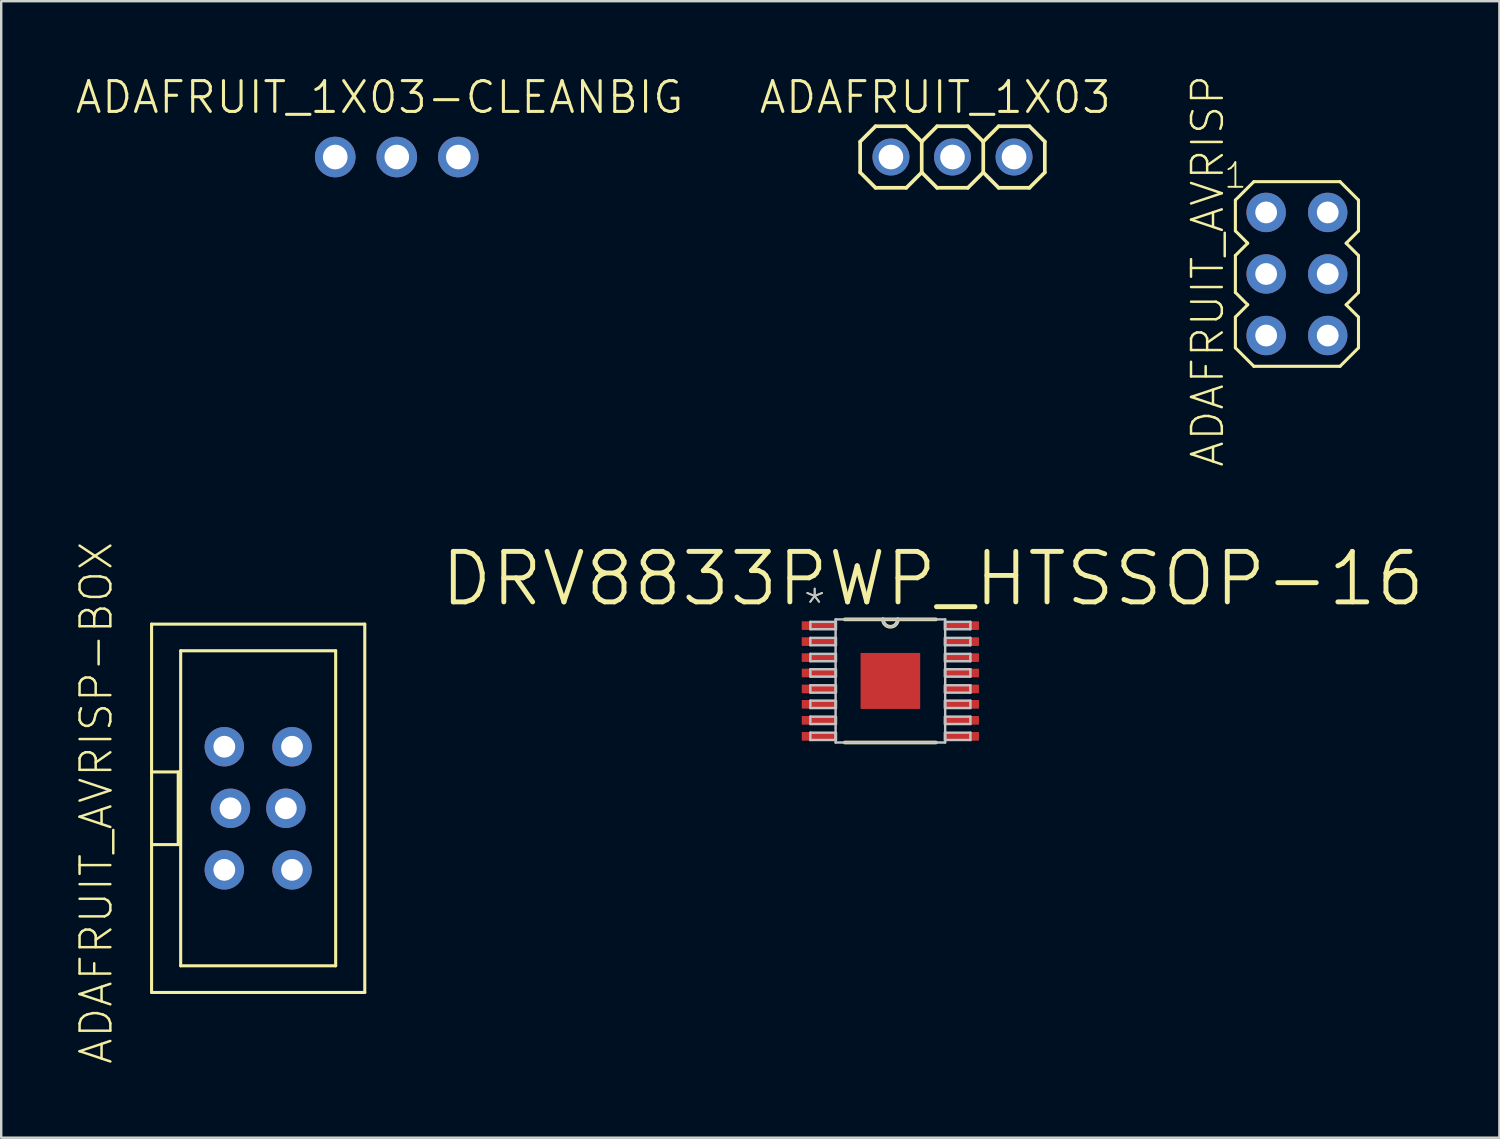
<source format=kicad_pcb>
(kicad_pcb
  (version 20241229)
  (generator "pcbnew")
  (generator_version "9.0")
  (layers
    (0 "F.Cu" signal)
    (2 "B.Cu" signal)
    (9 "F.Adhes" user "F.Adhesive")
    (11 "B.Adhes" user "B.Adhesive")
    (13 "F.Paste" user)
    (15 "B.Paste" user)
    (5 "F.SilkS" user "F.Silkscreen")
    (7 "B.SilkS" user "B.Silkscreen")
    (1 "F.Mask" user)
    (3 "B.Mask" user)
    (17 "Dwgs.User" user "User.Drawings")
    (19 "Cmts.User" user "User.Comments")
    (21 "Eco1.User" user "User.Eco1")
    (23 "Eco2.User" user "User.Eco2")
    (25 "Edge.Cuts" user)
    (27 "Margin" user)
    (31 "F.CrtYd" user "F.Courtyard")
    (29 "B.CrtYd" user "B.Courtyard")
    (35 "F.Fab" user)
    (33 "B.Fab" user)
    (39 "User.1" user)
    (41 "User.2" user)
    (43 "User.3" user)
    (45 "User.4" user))
  (footprint "ADAFRUIT_1X03"
    (layer "F.Cu")
    (at 36.256 3.43)
    (property "Reference" "ADAFRUIT_1X03" (at -0.711 -2.464 0) (layer "F.SilkS") (effects (font (size 1.27 1.27) (thickness 0.127))))
    (attr exclude_from_pos_files exclude_from_bom)
    (fp_line (start -3.81 -0.635) (end -3.81 0.635) (stroke (width 0.152) (type solid)) (layer "F.SilkS"))
    (fp_line (start -3.81 0.635) (end -3.175 1.27) (stroke (width 0.152) (type solid)) (layer "F.SilkS"))
    (fp_line (start -3.175 -1.27) (end -3.81 -0.635) (stroke (width 0.152) (type solid)) (layer "F.SilkS"))
    (fp_line (start -3.175 -1.27) (end -1.905 -1.27) (stroke (width 0.152) (type solid)) (layer "F.SilkS"))
    (fp_line (start -1.905 -1.27) (end -1.27 -0.635) (stroke (width 0.152) (type solid)) (layer "F.SilkS"))
    (fp_line (start -1.905 1.27) (end -3.175 1.27) (stroke (width 0.152) (type solid)) (layer "F.SilkS"))
    (fp_line (start -1.27 -0.635) (end -1.27 0.635) (stroke (width 0.152) (type solid)) (layer "F.SilkS"))
    (fp_line (start -1.27 -0.635) (end -0.635 -1.27) (stroke (width 0.152) (type solid)) (layer "F.SilkS"))
    (fp_line (start -1.27 0.635) (end -1.905 1.27) (stroke (width 0.152) (type solid)) (layer "F.SilkS"))
    (fp_line (start -0.635 -1.27) (end 0.635 -1.27) (stroke (width 0.152) (type solid)) (layer "F.SilkS"))
    (fp_line (start -0.635 1.27) (end -1.27 0.635) (stroke (width 0.152) (type solid)) (layer "F.SilkS"))
    (fp_line (start 0.635 -1.27) (end 1.27 -0.635) (stroke (width 0.152) (type solid)) (layer "F.SilkS"))
    (fp_line (start 0.635 1.27) (end -0.635 1.27) (stroke (width 0.152) (type solid)) (layer "F.SilkS"))
    (fp_line (start 1.27 -0.635) (end 1.27 0.635) (stroke (width 0.152) (type solid)) (layer "F.SilkS"))
    (fp_line (start 1.27 -0.635) (end 1.905 -1.27) (stroke (width 0.152) (type solid)) (layer "F.SilkS"))
    (fp_line (start 1.27 0.635) (end 0.635 1.27) (stroke (width 0.152) (type solid)) (layer "F.SilkS"))
    (fp_line (start 1.905 -1.27) (end 3.175 -1.27) (stroke (width 0.152) (type solid)) (layer "F.SilkS"))
    (fp_line (start 1.905 1.27) (end 1.27 0.635) (stroke (width 0.152) (type solid)) (layer "F.SilkS"))
    (fp_line (start 3.175 -1.27) (end 3.81 -0.635) (stroke (width 0.152) (type solid)) (layer "F.SilkS"))
    (fp_line (start 3.175 1.27) (end 1.905 1.27) (stroke (width 0.152) (type solid)) (layer "F.SilkS"))
    (fp_line (start 3.81 -0.635) (end 3.81 0.635) (stroke (width 0.152) (type solid)) (layer "F.SilkS"))
    (fp_line (start 3.81 0.635) (end 3.175 1.27) (stroke (width 0.152) (type solid)) (layer "F.SilkS"))
    (fp_line (start -2.794 -0.254) (end -2.286 -0.254) (stroke (width 0.066) (type solid)) (layer "Dwgs.User"))
    (fp_line (start -2.794 0.254) (end -2.794 -0.254) (stroke (width 0.066) (type solid)) (layer "Dwgs.User"))
    (fp_line (start -2.794 0.254) (end -2.286 0.254) (stroke (width 0.066) (type solid)) (layer "Dwgs.User"))
    (fp_line (start -2.286 0.254) (end -2.286 -0.254) (stroke (width 0.066) (type solid)) (layer "Dwgs.User"))
    (fp_line (start -0.254 -0.254) (end 0.254 -0.254) (stroke (width 0.066) (type solid)) (layer "Dwgs.User"))
    (fp_line (start -0.254 0.254) (end -0.254 -0.254) (stroke (width 0.066) (type solid)) (layer "Dwgs.User"))
    (fp_line (start -0.254 0.254) (end 0.254 0.254) (stroke (width 0.066) (type solid)) (layer "Dwgs.User"))
    (fp_line (start 0.254 0.254) (end 0.254 -0.254) (stroke (width 0.066) (type solid)) (layer "Dwgs.User"))
    (fp_line (start 2.286 -0.254) (end 2.794 -0.254) (stroke (width 0.066) (type solid)) (layer "Dwgs.User"))
    (fp_line (start 2.286 0.254) (end 2.286 -0.254) (stroke (width 0.066) (type solid)) (layer "Dwgs.User"))
    (fp_line (start 2.286 0.254) (end 2.794 0.254) (stroke (width 0.066) (type solid)) (layer "Dwgs.User"))
    (fp_line (start 2.794 0.254) (end 2.794 -0.254) (stroke (width 0.066) (type solid)) (layer "Dwgs.User"))
    (pad "1" thru_hole circle (at -2.54 0) (size 1.524 1.524) (drill 1.016) (layers "*.Cu" "*.Paste" "*.Mask"))
    (pad "2" thru_hole circle (at 0 0) (size 1.524 1.524) (drill 1.016) (layers "*.Cu" "*.Paste" "*.Mask"))
    (pad "3" thru_hole circle (at 2.54 0) (size 1.524 1.524) (drill 1.016) (layers "*.Cu" "*.Paste" "*.Mask")))
  (footprint "ADAFRUIT_AVRISP-BOX"
    (layer "F.Cu")
    (at 7.604 30.305)
    (property "Reference" "ADAFRUIT_AVRISP-BOX" (at -6.683 -0.226 90) (layer "F.SilkS") (effects (font (size 1.27 1.27) (thickness 0.102))))
    (attr exclude_from_pos_files exclude_from_bom)
    (fp_line (start -4.399 -7.6) (end 4.399 -7.6) (stroke (width 0.127) (type solid)) (layer "F.SilkS"))
    (fp_line (start -4.399 -1.499) (end -4.399 -7.6) (stroke (width 0.127) (type solid)) (layer "F.SilkS"))
    (fp_line (start -4.399 -1.499) (end -3.299 -1.499) (stroke (width 0.127) (type solid)) (layer "F.SilkS"))
    (fp_line (start -4.399 1.499) (end -4.399 -1.499) (stroke (width 0.127) (type solid)) (layer "F.SilkS"))
    (fp_line (start -4.399 7.6) (end -4.399 1.499) (stroke (width 0.127) (type solid)) (layer "F.SilkS"))
    (fp_line (start -3.299 -1.499) (end -3.299 1.499) (stroke (width 0.127) (type solid)) (layer "F.SilkS"))
    (fp_line (start -3.299 1.499) (end -4.399 1.499) (stroke (width 0.127) (type solid)) (layer "F.SilkS"))
    (fp_line (start -3.198 -6.5) (end 3.198 -6.5) (stroke (width 0.127) (type solid)) (layer "F.SilkS"))
    (fp_line (start -3.198 6.5) (end -3.198 -6.5) (stroke (width 0.127) (type solid)) (layer "F.SilkS"))
    (fp_line (start 3.198 -6.5) (end 3.198 6.5) (stroke (width 0.127) (type solid)) (layer "F.SilkS"))
    (fp_line (start 3.198 6.5) (end -3.198 6.5) (stroke (width 0.127) (type solid)) (layer "F.SilkS"))
    (fp_line (start 4.399 -7.6) (end 4.399 7.6) (stroke (width 0.127) (type solid)) (layer "F.SilkS"))
    (fp_line (start 4.399 7.6) (end -4.399 7.6) (stroke (width 0.127) (type solid)) (layer "F.SilkS"))
    (pad "1" thru_hole circle (at -1.397 -2.54) (size 1.626 1.626) (drill 0.899) (layers "*.Cu" "*.Paste" "*.Mask"))
    (pad "2" thru_hole circle (at 1.397 -2.54) (size 1.626 1.626) (drill 0.899) (layers "*.Cu" "*.Paste" "*.Mask"))
    (pad "3" thru_hole circle (at -1.143 0) (size 1.626 1.626) (drill 0.899) (layers "*.Cu" "*.Paste" "*.Mask"))
    (pad "4" thru_hole circle (at 1.143 0) (size 1.626 1.626) (drill 0.899) (layers "*.Cu" "*.Paste" "*.Mask"))
    (pad "5" thru_hole circle (at -1.397 2.54) (size 1.626 1.626) (drill 0.899) (layers "*.Cu" "*.Paste" "*.Mask"))
    (pad "6" thru_hole circle (at 1.397 2.54) (size 1.626 1.626) (drill 0.899) (layers "*.Cu" "*.Paste" "*.Mask")))
  (footprint "ADAFRUIT_AVRISP"
    (layer "F.Cu")
    (at 50.47 8.256)
    (property "Reference" "ADAFRUIT_AVRISP" (at -3.683 -0.127 90) (layer "F.SilkS") (effects (font (size 1.27 1.27) (thickness 0.102))))
    (attr exclude_from_pos_files exclude_from_bom)
    (fp_line (start -2.54 -3.048) (end -1.778 -3.81) (stroke (width 0.127) (type solid)) (layer "F.SilkS"))
    (fp_line (start -2.54 -1.778) (end -2.54 -3.048) (stroke (width 0.127) (type solid)) (layer "F.SilkS"))
    (fp_line (start -2.54 -0.762) (end -2.032 -1.27) (stroke (width 0.127) (type solid)) (layer "F.SilkS"))
    (fp_line (start -2.54 0.762) (end -2.54 -0.762) (stroke (width 0.127) (type solid)) (layer "F.SilkS"))
    (fp_line (start -2.54 1.778) (end -2.032 1.27) (stroke (width 0.127) (type solid)) (layer "F.SilkS"))
    (fp_line (start -2.54 3.048) (end -2.54 1.778) (stroke (width 0.127) (type solid)) (layer "F.SilkS"))
    (fp_line (start -2.032 -1.27) (end -2.54 -1.778) (stroke (width 0.127) (type solid)) (layer "F.SilkS"))
    (fp_line (start -2.032 1.27) (end -2.54 0.762) (stroke (width 0.127) (type solid)) (layer "F.SilkS"))
    (fp_line (start -1.778 -3.81) (end 1.778 -3.81) (stroke (width 0.127) (type solid)) (layer "F.SilkS"))
    (fp_line (start -1.778 3.81) (end -2.54 3.048) (stroke (width 0.127) (type solid)) (layer "F.SilkS"))
    (fp_line (start 1.778 -3.81) (end 2.54 -3.048) (stroke (width 0.127) (type solid)) (layer "F.SilkS"))
    (fp_line (start 1.778 3.81) (end -1.778 3.81) (stroke (width 0.127) (type solid)) (layer "F.SilkS"))
    (fp_line (start 2.032 -1.27) (end 2.54 -0.762) (stroke (width 0.127) (type solid)) (layer "F.SilkS"))
    (fp_line (start 2.032 1.27) (end 2.54 1.778) (stroke (width 0.127) (type solid)) (layer "F.SilkS"))
    (fp_line (start 2.54 -3.048) (end 2.54 -1.778) (stroke (width 0.127) (type solid)) (layer "F.SilkS"))
    (fp_line (start 2.54 -1.778) (end 2.032 -1.27) (stroke (width 0.127) (type solid)) (layer "F.SilkS"))
    (fp_line (start 2.54 -0.762) (end 2.54 0.762) (stroke (width 0.127) (type solid)) (layer "F.SilkS"))
    (fp_line (start 2.54 0.762) (end 2.032 1.27) (stroke (width 0.127) (type solid)) (layer "F.SilkS"))
    (fp_line (start 2.54 1.778) (end 2.54 3.048) (stroke (width 0.127) (type solid)) (layer "F.SilkS"))
    (fp_line (start 2.54 3.048) (end 1.778 3.81) (stroke (width 0.127) (type solid)) (layer "F.SilkS"))
    (fp_text user "1" (at -2.54 -4.064 0) (layer "F.SilkS") (effects (font (size 1.016 1.016) (thickness 0.076))))
    (pad "1" thru_hole circle (at -1.27 -2.54) (size 1.626 1.626) (drill 0.899) (layers "*.Cu" "*.Paste" "*.Mask"))
    (pad "2" thru_hole circle (at 1.27 -2.54) (size 1.626 1.626) (drill 0.899) (layers "*.Cu" "*.Paste" "*.Mask"))
    (pad "3" thru_hole circle (at -1.27 0) (size 1.626 1.626) (drill 0.899) (layers "*.Cu" "*.Paste" "*.Mask"))
    (pad "4" thru_hole circle (at 1.27 0) (size 1.626 1.626) (drill 0.899) (layers "*.Cu" "*.Paste" "*.Mask"))
    (pad "5" thru_hole circle (at -1.27 2.54) (size 1.626 1.626) (drill 0.899) (layers "*.Cu" "*.Paste" "*.Mask"))
    (pad "6" thru_hole circle (at 1.27 2.54) (size 1.626 1.626) (drill 0.899) (layers "*.Cu" "*.Paste" "*.Mask")))
  (footprint "DRV8833PWP_HTSSOP-16"
    (layer "F.Cu")
    (at 33.693 25.05)
    (property "Reference" "DRV8833PWP_HTSSOP-16" (at 1.753 -4.216 0) (layer "F.SilkS") (effects (font (size 2.083 2.083) (thickness 0.203))))
    (attr smd)
    (fp_line (start -1.88 2.54) (end 1.88 2.54) (stroke (width 0.152) (type solid)) (layer "F.SilkS"))
    (fp_line (start -0.305 -2.54) (end -1.88 -2.54) (stroke (width 0.152) (type solid)) (layer "F.SilkS"))
    (fp_line (start 0.305 -2.54) (end -0.305 -2.54) (stroke (width 0.152) (type solid)) (layer "F.SilkS"))
    (fp_line (start 1.88 -2.54) (end 0.305 -2.54) (stroke (width 0.152) (type solid)) (layer "F.SilkS"))
    (fp_arc (start 0.3048 -2.54) (mid 0 -2.2352) (end -0.3048 -2.54) (stroke (width 0.1524) (type solid)) (layer "F.SilkS"))
    (fp_line (start -3.302 -2.438) (end -3.302 -2.134) (stroke (width 0.1) (type solid)) (layer "Dwgs.User"))
    (fp_line (start -3.302 -2.134) (end -2.261 -2.134) (stroke (width 0.1) (type solid)) (layer "Dwgs.User"))
    (fp_line (start -3.302 -1.778) (end -3.302 -1.473) (stroke (width 0.1) (type solid)) (layer "Dwgs.User"))
    (fp_line (start -3.302 -1.473) (end -2.261 -1.473) (stroke (width 0.1) (type solid)) (layer "Dwgs.User"))
    (fp_line (start -3.302 -1.118) (end -3.302 -0.813) (stroke (width 0.1) (type solid)) (layer "Dwgs.User"))
    (fp_line (start -3.302 -0.813) (end -2.261 -0.813) (stroke (width 0.1) (type solid)) (layer "Dwgs.User"))
    (fp_line (start -3.302 -0.483) (end -3.302 -0.178) (stroke (width 0.1) (type solid)) (layer "Dwgs.User"))
    (fp_line (start -3.302 -0.178) (end -2.261 -0.178) (stroke (width 0.1) (type solid)) (layer "Dwgs.User"))
    (fp_line (start -3.302 0.178) (end -3.302 0.483) (stroke (width 0.1) (type solid)) (layer "Dwgs.User"))
    (fp_line (start -3.302 0.483) (end -2.261 0.483) (stroke (width 0.1) (type solid)) (layer "Dwgs.User"))
    (fp_line (start -3.302 0.813) (end -3.302 1.118) (stroke (width 0.1) (type solid)) (layer "Dwgs.User"))
    (fp_line (start -3.302 1.118) (end -2.261 1.118) (stroke (width 0.1) (type solid)) (layer "Dwgs.User"))
    (fp_line (start -3.302 1.473) (end -3.302 1.778) (stroke (width 0.1) (type solid)) (layer "Dwgs.User"))
    (fp_line (start -3.302 1.778) (end -2.261 1.778) (stroke (width 0.1) (type solid)) (layer "Dwgs.User"))
    (fp_line (start -3.302 2.134) (end -3.302 2.438) (stroke (width 0.1) (type solid)) (layer "Dwgs.User"))
    (fp_line (start -3.302 2.438) (end -2.261 2.438) (stroke (width 0.1) (type solid)) (layer "Dwgs.User"))
    (fp_line (start -2.261 -2.54) (end -2.261 2.54) (stroke (width 0.1) (type solid)) (layer "Dwgs.User"))
    (fp_line (start -2.261 -2.438) (end -3.302 -2.438) (stroke (width 0.1) (type solid)) (layer "Dwgs.User"))
    (fp_line (start -2.261 -2.134) (end -2.261 -2.438) (stroke (width 0.1) (type solid)) (layer "Dwgs.User"))
    (fp_line (start -2.261 -1.778) (end -3.302 -1.778) (stroke (width 0.1) (type solid)) (layer "Dwgs.User"))
    (fp_line (start -2.261 -1.473) (end -2.261 -1.778) (stroke (width 0.1) (type solid)) (layer "Dwgs.User"))
    (fp_line (start -2.261 -1.118) (end -3.302 -1.118) (stroke (width 0.1) (type solid)) (layer "Dwgs.User"))
    (fp_line (start -2.261 -0.813) (end -2.261 -1.118) (stroke (width 0.1) (type solid)) (layer "Dwgs.User"))
    (fp_line (start -2.261 -0.483) (end -3.302 -0.483) (stroke (width 0.1) (type solid)) (layer "Dwgs.User"))
    (fp_line (start -2.261 -0.178) (end -2.261 -0.483) (stroke (width 0.1) (type solid)) (layer "Dwgs.User"))
    (fp_line (start -2.261 0.178) (end -3.302 0.178) (stroke (width 0.1) (type solid)) (layer "Dwgs.User"))
    (fp_line (start -2.261 0.483) (end -2.261 0.178) (stroke (width 0.1) (type solid)) (layer "Dwgs.User"))
    (fp_line (start -2.261 0.813) (end -3.302 0.813) (stroke (width 0.1) (type solid)) (layer "Dwgs.User"))
    (fp_line (start -2.261 1.118) (end -2.261 0.813) (stroke (width 0.1) (type solid)) (layer "Dwgs.User"))
    (fp_line (start -2.261 1.473) (end -3.302 1.473) (stroke (width 0.1) (type solid)) (layer "Dwgs.User"))
    (fp_line (start -2.261 1.778) (end -2.261 1.473) (stroke (width 0.1) (type solid)) (layer "Dwgs.User"))
    (fp_line (start -2.261 2.134) (end -3.302 2.134) (stroke (width 0.1) (type solid)) (layer "Dwgs.User"))
    (fp_line (start -2.261 2.438) (end -2.261 2.134) (stroke (width 0.1) (type solid)) (layer "Dwgs.User"))
    (fp_line (start -2.261 2.54) (end 2.261 2.54) (stroke (width 0.1) (type solid)) (layer "Dwgs.User"))
    (fp_line (start -0.305 -2.54) (end -2.261 -2.54) (stroke (width 0.1) (type solid)) (layer "Dwgs.User"))
    (fp_line (start 0.305 -2.54) (end -0.305 -2.54) (stroke (width 0.1) (type solid)) (layer "Dwgs.User"))
    (fp_line (start 2.261 -2.54) (end 0.305 -2.54) (stroke (width 0.1) (type solid)) (layer "Dwgs.User"))
    (fp_line (start 2.261 -2.438) (end 2.261 -2.134) (stroke (width 0.1) (type solid)) (layer "Dwgs.User"))
    (fp_line (start 2.261 -2.134) (end 3.302 -2.134) (stroke (width 0.1) (type solid)) (layer "Dwgs.User"))
    (fp_line (start 2.261 -1.778) (end 2.261 -1.473) (stroke (width 0.1) (type solid)) (layer "Dwgs.User"))
    (fp_line (start 2.261 -1.473) (end 3.302 -1.473) (stroke (width 0.1) (type solid)) (layer "Dwgs.User"))
    (fp_line (start 2.261 -1.118) (end 2.261 -0.813) (stroke (width 0.1) (type solid)) (layer "Dwgs.User"))
    (fp_line (start 2.261 -0.813) (end 3.302 -0.813) (stroke (width 0.1) (type solid)) (layer "Dwgs.User"))
    (fp_line (start 2.261 -0.483) (end 2.261 -0.178) (stroke (width 0.1) (type solid)) (layer "Dwgs.User"))
    (fp_line (start 2.261 -0.178) (end 3.302 -0.178) (stroke (width 0.1) (type solid)) (layer "Dwgs.User"))
    (fp_line (start 2.261 0.178) (end 2.261 0.483) (stroke (width 0.1) (type solid)) (layer "Dwgs.User"))
    (fp_line (start 2.261 0.483) (end 3.302 0.483) (stroke (width 0.1) (type solid)) (layer "Dwgs.User"))
    (fp_line (start 2.261 0.813) (end 2.261 1.118) (stroke (width 0.1) (type solid)) (layer "Dwgs.User"))
    (fp_line (start 2.261 1.118) (end 3.302 1.118) (stroke (width 0.1) (type solid)) (layer "Dwgs.User"))
    (fp_line (start 2.261 1.473) (end 2.261 1.778) (stroke (width 0.1) (type solid)) (layer "Dwgs.User"))
    (fp_line (start 2.261 1.778) (end 3.302 1.778) (stroke (width 0.1) (type solid)) (layer "Dwgs.User"))
    (fp_line (start 2.261 2.134) (end 2.261 2.438) (stroke (width 0.1) (type solid)) (layer "Dwgs.User"))
    (fp_line (start 2.261 2.438) (end 3.302 2.438) (stroke (width 0.1) (type solid)) (layer "Dwgs.User"))
    (fp_line (start 2.261 2.54) (end 2.261 -2.54) (stroke (width 0.1) (type solid)) (layer "Dwgs.User"))
    (fp_line (start 3.302 -2.438) (end 2.261 -2.438) (stroke (width 0.1) (type solid)) (layer "Dwgs.User"))
    (fp_line (start 3.302 -2.134) (end 3.302 -2.438) (stroke (width 0.1) (type solid)) (layer "Dwgs.User"))
    (fp_line (start 3.302 -1.778) (end 2.261 -1.778) (stroke (width 0.1) (type solid)) (layer "Dwgs.User"))
    (fp_line (start 3.302 -1.473) (end 3.302 -1.778) (stroke (width 0.1) (type solid)) (layer "Dwgs.User"))
    (fp_line (start 3.302 -1.118) (end 2.261 -1.118) (stroke (width 0.1) (type solid)) (layer "Dwgs.User"))
    (fp_line (start 3.302 -0.813) (end 3.302 -1.118) (stroke (width 0.1) (type solid)) (layer "Dwgs.User"))
    (fp_line (start 3.302 -0.483) (end 2.261 -0.483) (stroke (width 0.1) (type solid)) (layer "Dwgs.User"))
    (fp_line (start 3.302 -0.178) (end 3.302 -0.483) (stroke (width 0.1) (type solid)) (layer "Dwgs.User"))
    (fp_line (start 3.302 0.178) (end 2.261 0.178) (stroke (width 0.1) (type solid)) (layer "Dwgs.User"))
    (fp_line (start 3.302 0.483) (end 3.302 0.178) (stroke (width 0.1) (type solid)) (layer "Dwgs.User"))
    (fp_line (start 3.302 0.813) (end 2.261 0.813) (stroke (width 0.1) (type solid)) (layer "Dwgs.User"))
    (fp_line (start 3.302 1.118) (end 3.302 0.813) (stroke (width 0.1) (type solid)) (layer "Dwgs.User"))
    (fp_line (start 3.302 1.473) (end 2.261 1.473) (stroke (width 0.1) (type solid)) (layer "Dwgs.User"))
    (fp_line (start 3.302 1.778) (end 3.302 1.473) (stroke (width 0.1) (type solid)) (layer "Dwgs.User"))
    (fp_line (start 3.302 2.134) (end 2.261 2.134) (stroke (width 0.1) (type solid)) (layer "Dwgs.User"))
    (fp_line (start 3.302 2.438) (end 3.302 2.134) (stroke (width 0.1) (type solid)) (layer "Dwgs.User"))
    (fp_arc (start 0.3048 -2.54) (mid 0 -2.2352) (end -0.3048 -2.54) (stroke (width 0.1) (type solid)) (layer "Dwgs.User"))
    (fp_text user "*" (at -3.124 -3.124 0) (layer "F.SilkS") (effects (font (size 1.27 1.27) (thickness 0.076))))
    (fp_text user "*" (at -3.124 -3.124 0) (layer "Dwgs.User") (effects (font (size 1.27 1.27) (thickness 0.076))))
    (pad "1" smd rect (at -2.921 -2.283) (size 1.473 0.356) (layers "F.Cu" "F.Mask" "F.Paste"))
    (pad "2" smd rect (at -2.921 -1.623) (size 1.473 0.356) (layers "F.Cu" "F.Mask" "F.Paste"))
    (pad "3" smd rect (at -2.921 -0.963) (size 1.473 0.356) (layers "F.Cu" "F.Mask" "F.Paste"))
    (pad "4" smd rect (at -2.921 -0.328) (size 1.473 0.356) (layers "F.Cu" "F.Mask" "F.Paste"))
    (pad "5" smd rect (at -2.921 0.33) (size 1.473 0.356) (layers "F.Cu" "F.Mask" "F.Paste"))
    (pad "6" smd rect (at -2.921 0.965) (size 1.473 0.356) (layers "F.Cu" "F.Mask" "F.Paste"))
    (pad "7" smd rect (at -2.921 1.626) (size 1.473 0.356) (layers "F.Cu" "F.Mask" "F.Paste"))
    (pad "8" smd rect (at -2.921 2.286) (size 1.473 0.356) (layers "F.Cu" "F.Mask" "F.Paste"))
    (pad "9" smd rect (at 2.918 2.286) (size 1.473 0.356) (layers "F.Cu" "F.Mask" "F.Paste"))
    (pad "10" smd rect (at 2.918 1.626) (size 1.473 0.356) (layers "F.Cu" "F.Mask" "F.Paste"))
    (pad "11" smd rect (at 2.918 0.965) (size 1.473 0.356) (layers "F.Cu" "F.Mask" "F.Paste"))
    (pad "12" smd rect (at 2.918 0.33) (size 1.473 0.356) (layers "F.Cu" "F.Mask" "F.Paste"))
    (pad "13" smd rect (at 2.918 -0.328) (size 1.473 0.356) (layers "F.Cu" "F.Mask" "F.Paste"))
    (pad "14" smd rect (at 2.918 -0.963) (size 1.473 0.356) (layers "F.Cu" "F.Mask" "F.Paste"))
    (pad "15" smd rect (at 2.918 -1.623) (size 1.473 0.356) (layers "F.Cu" "F.Mask" "F.Paste"))
    (pad "16" smd rect (at 2.918 -2.283) (size 1.473 0.356) (layers "F.Cu" "F.Mask" "F.Paste"))
    (pad "17" smd rect (at 0 0 90) (size 2.309 2.459) (layers "F.Cu" "F.Mask" "F.Paste")))
  (footprint "ADAFRUIT_1X03-CLEANBIG"
    (layer "F.Cu")
    (at 13.324 3.43)
    (property "Reference" "ADAFRUIT_1X03-CLEANBIG" (at -0.711 -2.464 0) (layer "F.SilkS") (effects (font (size 1.27 1.27) (thickness 0.127))))
    (attr exclude_from_pos_files exclude_from_bom)
    (fp_line (start -2.794 -0.254) (end -2.286 -0.254) (stroke (width 0.066) (type solid)) (layer "Dwgs.User"))
    (fp_line (start -2.794 0.254) (end -2.794 -0.254) (stroke (width 0.066) (type solid)) (layer "Dwgs.User"))
    (fp_line (start -2.794 0.254) (end -2.286 0.254) (stroke (width 0.066) (type solid)) (layer "Dwgs.User"))
    (fp_line (start -2.286 0.254) (end -2.286 -0.254) (stroke (width 0.066) (type solid)) (layer "Dwgs.User"))
    (fp_line (start -0.254 -0.254) (end 0.254 -0.254) (stroke (width 0.066) (type solid)) (layer "Dwgs.User"))
    (fp_line (start -0.254 0.254) (end -0.254 -0.254) (stroke (width 0.066) (type solid)) (layer "Dwgs.User"))
    (fp_line (start -0.254 0.254) (end 0.254 0.254) (stroke (width 0.066) (type solid)) (layer "Dwgs.User"))
    (fp_line (start 0.254 0.254) (end 0.254 -0.254) (stroke (width 0.066) (type solid)) (layer "Dwgs.User"))
    (fp_line (start 2.286 -0.254) (end 2.794 -0.254) (stroke (width 0.066) (type solid)) (layer "Dwgs.User"))
    (fp_line (start 2.286 0.254) (end 2.286 -0.254) (stroke (width 0.066) (type solid)) (layer "Dwgs.User"))
    (fp_line (start 2.286 0.254) (end 2.794 0.254) (stroke (width 0.066) (type solid)) (layer "Dwgs.User"))
    (fp_line (start 2.794 0.254) (end 2.794 -0.254) (stroke (width 0.066) (type solid)) (layer "Dwgs.User"))
    (pad "1" thru_hole circle (at -2.54 0) (size 1.676 1.676) (drill 1.016) (layers "*.Cu" "*.Paste" "*.Mask"))
    (pad "2" thru_hole circle (at 0 0) (size 1.676 1.676) (drill 1.016) (layers "*.Cu" "*.Paste" "*.Mask"))
    (pad "3" thru_hole circle (at 2.54 0) (size 1.676 1.676) (drill 1.016) (layers "*.Cu" "*.Paste" "*.Mask")))
  (gr_rect
    (start -3 -3)
    (end 58.825 43.899)
    (stroke (width 0.1) (type default))
    (fill no)
    (layer "Edge.Cuts")))
</source>
